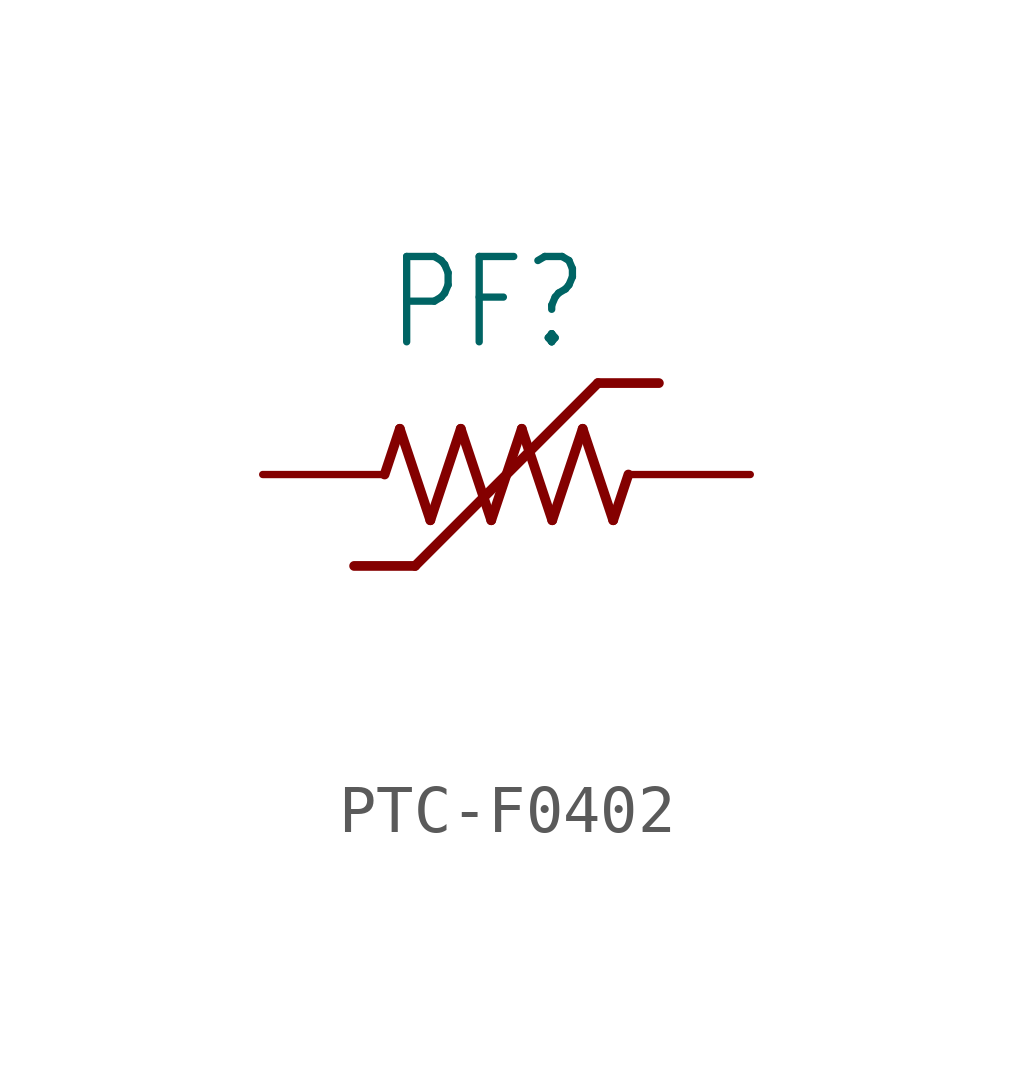
<source format=kicad_sym>
(kicad_symbol_lib
  (version 20231120)
  (generator "kicad_symbol_editor")
  (generator_version "8.0")
  (symbol "PTC-F0402"
    (property "Reference" "PF"
      (at -2.54 2.54 0)
      (effects (font (size 1.778 1.511)) (justify left bottom)))
    (property "Value" ""
      (at -5.08 -5.08 0)
      (effects (font (size 1.778 1.511)) (justify left bottom)))
    (property "ki_locked" ""
      (at 0 0 0)
      (effects (font (size 1.27 1.27))))
    (symbol "PTC-F0402_1_0"
      (polyline (pts (xy -2.54 0) (xy -2.223 0.953)) (stroke (width 0.203) (type solid)) (fill (type none)))
      (polyline (pts (xy -2.223 0.953) (xy -1.587 -0.953)) (stroke (width 0.203) (type solid)) (fill (type none)))
      (polyline (pts (xy -1.905 -1.905) (xy -3.175 -1.905)) (stroke (width 0.203) (type solid)) (fill (type none)))
      (polyline (pts (xy -1.587 -0.953) (xy -0.953 0.953)) (stroke (width 0.203) (type solid)) (fill (type none)))
      (polyline (pts (xy -0.953 0.953) (xy -0.318 -0.953)) (stroke (width 0.203) (type solid)) (fill (type none)))
      (polyline (pts (xy -0.318 -0.953) (xy 0.318 0.953)) (stroke (width 0.203) (type solid)) (fill (type none)))
      (polyline (pts (xy 0.318 0.953) (xy 0.953 -0.953)) (stroke (width 0.203) (type solid)) (fill (type none)))
      (polyline (pts (xy 0.953 -0.953) (xy 1.587 0.953)) (stroke (width 0.203) (type solid)) (fill (type none)))
      (polyline (pts (xy 1.587 0.953) (xy 2.223 -0.953)) (stroke (width 0.203) (type solid)) (fill (type none)))
      (polyline (pts (xy 1.905 1.905) (xy -1.905 -1.905)) (stroke (width 0.203) (type solid)) (fill (type none)))
      (polyline (pts (xy 2.223 -0.953) (xy 2.54 0)) (stroke (width 0.203) (type solid)) (fill (type none)))
      (polyline (pts (xy 3.175 1.905) (xy 1.905 1.905)) (stroke (width 0.203) (type solid)) (fill (type none)))
      (pin passive line (at -5.08 0 0) (length 2.54) (name "1" (effects (font (size 0 0)))) (number "1" (effects (font (size 0 0)))))
      (pin passive line (at 5.08 0 180) (length 2.54) (name "2" (effects (font (size 0 0)))) (number "2" (effects (font (size 0 0))))))))
</source>
